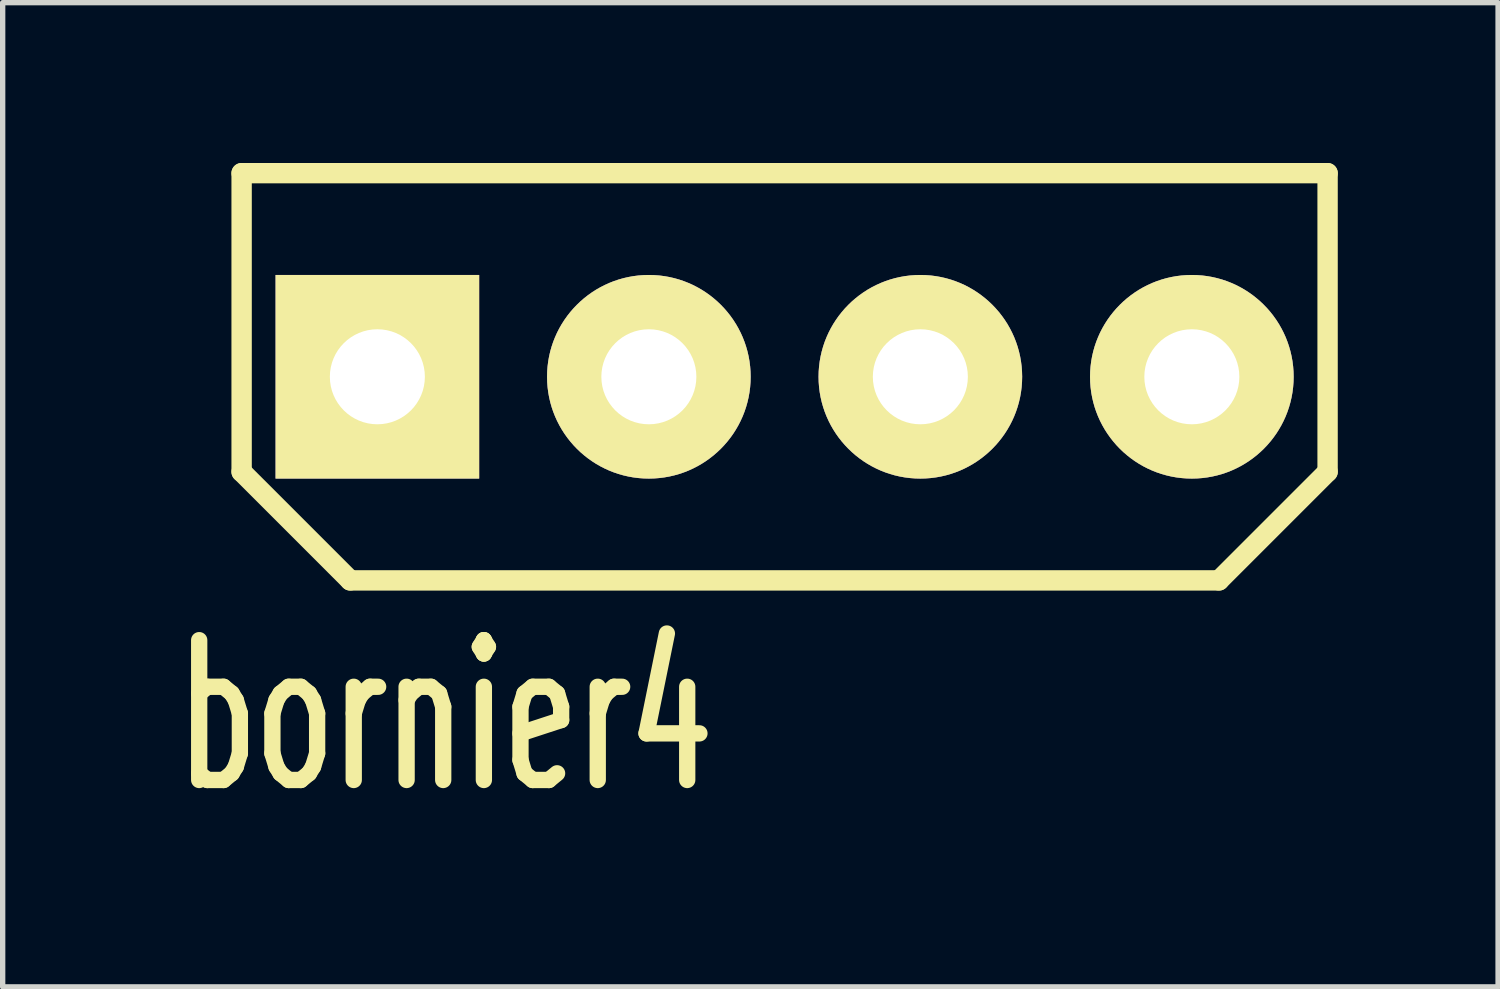
<source format=kicad_pcb>
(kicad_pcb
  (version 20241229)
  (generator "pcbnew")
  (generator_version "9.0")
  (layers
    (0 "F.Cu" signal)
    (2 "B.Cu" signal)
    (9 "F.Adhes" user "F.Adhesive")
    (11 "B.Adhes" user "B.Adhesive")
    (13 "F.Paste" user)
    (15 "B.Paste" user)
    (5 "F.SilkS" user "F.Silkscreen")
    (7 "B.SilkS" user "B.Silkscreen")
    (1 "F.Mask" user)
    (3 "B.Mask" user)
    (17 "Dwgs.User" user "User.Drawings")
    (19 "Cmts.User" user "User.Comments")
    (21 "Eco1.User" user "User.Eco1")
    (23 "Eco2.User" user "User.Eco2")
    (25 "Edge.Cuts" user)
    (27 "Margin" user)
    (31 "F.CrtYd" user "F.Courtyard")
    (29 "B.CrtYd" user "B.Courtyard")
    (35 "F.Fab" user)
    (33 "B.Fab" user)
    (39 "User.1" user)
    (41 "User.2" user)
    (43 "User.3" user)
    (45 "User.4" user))
  (footprint "bornier4"
    (layer "F.Cu")
    (at 11.631 4)
    (property "Reference" "bornier4" (at -6.35 6.35 0) (layer "F.SilkS") (effects (font (size 2.616 1.598) (thickness 0.305))))
    (attr through_hole)
    (fp_line (start -10.16 -3.81) (end -10.16 1.778) (stroke (width 0.381) (type solid)) (layer "F.SilkS"))
    (fp_line (start -10.16 -3.81) (end 10.16 -3.81) (stroke (width 0.381) (type solid)) (layer "F.SilkS"))
    (fp_line (start -10.16 1.778) (end -8.128 3.81) (stroke (width 0.381) (type solid)) (layer "F.SilkS"))
    (fp_line (start -8.128 3.81) (end 8.128 3.81) (stroke (width 0.381) (type solid)) (layer "F.SilkS"))
    (fp_line (start 10.16 -3.81) (end 10.16 1.778) (stroke (width 0.381) (type solid)) (layer "F.SilkS"))
    (fp_line (start 10.16 1.778) (end 8.128 3.81) (stroke (width 0.381) (type solid)) (layer "F.SilkS"))
    (pad "1" thru_hole rect (at -7.62 0) (size 3.81 3.81) (drill 1.778) (layers "*.Cu" "*.Mask" "F.SilkS"))
    (pad "2" thru_hole circle (at -2.54 0) (size 3.81 3.81) (drill 1.778) (layers "*.Cu" "*.Mask" "F.SilkS"))
    (pad "3" thru_hole circle (at 2.54 0) (size 3.81 3.81) (drill 1.778) (layers "*.Cu" "*.Mask" "F.SilkS"))
    (pad "4" thru_hole circle (at 7.62 0) (size 3.81 3.81) (drill 1.778) (layers "*.Cu" "*.Mask" "F.SilkS")))
  (gr_rect
    (start -3 -3)
    (end 24.981 15.416)
    (stroke (width 0.1) (type default))
    (fill no)
    (layer "Edge.Cuts")))
</source>
